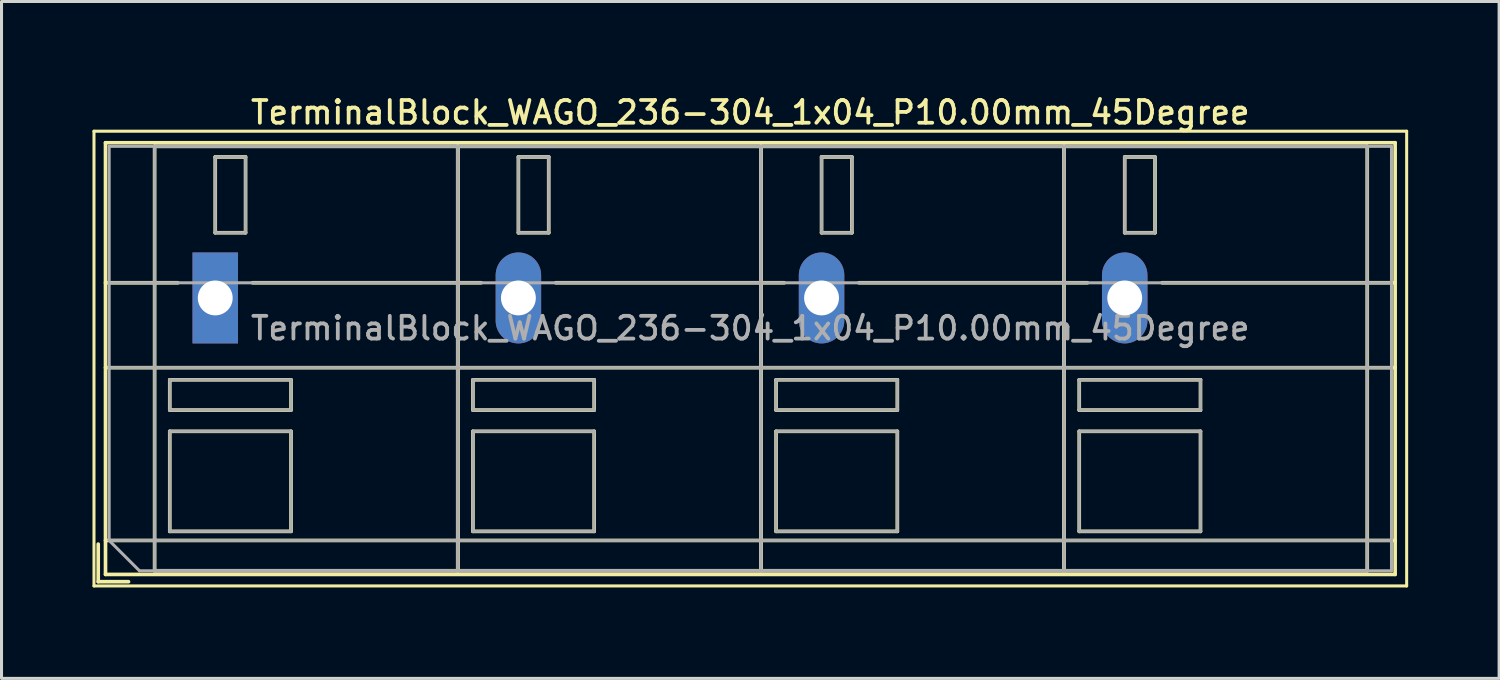
<source format=kicad_pcb>
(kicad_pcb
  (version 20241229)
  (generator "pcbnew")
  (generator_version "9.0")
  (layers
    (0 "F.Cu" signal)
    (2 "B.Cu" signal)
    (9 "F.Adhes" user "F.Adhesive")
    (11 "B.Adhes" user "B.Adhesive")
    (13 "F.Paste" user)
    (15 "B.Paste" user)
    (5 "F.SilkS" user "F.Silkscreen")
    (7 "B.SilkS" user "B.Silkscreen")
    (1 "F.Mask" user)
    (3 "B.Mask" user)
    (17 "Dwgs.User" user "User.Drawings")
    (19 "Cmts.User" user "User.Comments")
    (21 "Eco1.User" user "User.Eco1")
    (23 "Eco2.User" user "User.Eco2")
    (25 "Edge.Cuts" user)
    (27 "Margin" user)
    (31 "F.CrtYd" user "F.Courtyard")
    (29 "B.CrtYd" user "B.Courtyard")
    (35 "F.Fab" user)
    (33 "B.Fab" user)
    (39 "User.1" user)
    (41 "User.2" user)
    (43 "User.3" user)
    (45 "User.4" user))
  (footprint "TerminalBlock_WAGO_236-304_1x04_P10.00mm_45Degree"
    (layer "F.Cu")
    (at 4.05 6.778)
    (property "Reference" "TerminalBlock_WAGO_236-304_1x04_P10.00mm_45Degree" (at 17.65 -6.12 0) (layer "F.SilkS") (effects (font (size 0.75 0.75) (thickness 0.125))))
    (attr through_hole)
    (fp_line (start -4 -5.5) (end -4 9.5) (stroke (width 0.1) (type solid)) (layer "F.SilkS"))
    (fp_line (start -4 9.5) (end 39.3 9.5) (stroke (width 0.1) (type solid)) (layer "F.SilkS"))
    (fp_line (start -3.86 8.12) (end -3.86 9.36) (stroke (width 0.12) (type solid)) (layer "F.SilkS"))
    (fp_line (start -3.86 9.36) (end -2.86 9.36) (stroke (width 0.12) (type solid)) (layer "F.SilkS"))
    (fp_line (start -3.62 -5.12) (end -3.62 9.12) (stroke (width 0.12) (type solid)) (layer "F.SilkS"))
    (fp_line (start -3.62 -5.12) (end 38.92 -5.12) (stroke (width 0.12) (type solid)) (layer "F.SilkS"))
    (fp_line (start -3.62 -0.5) (end -1.23 -0.5) (stroke (width 0.12) (type solid)) (layer "F.SilkS"))
    (fp_line (start -3.62 2.3) (end 38.92 2.3) (stroke (width 0.12) (type solid)) (layer "F.SilkS"))
    (fp_line (start -3.62 8) (end 38.92 8) (stroke (width 0.12) (type solid)) (layer "F.SilkS"))
    (fp_line (start -3.62 9.12) (end 38.92 9.12) (stroke (width 0.12) (type solid)) (layer "F.SilkS"))
    (fp_line (start -2 -5) (end -2 9) (stroke (width 0.12) (type solid)) (layer "F.SilkS"))
    (fp_line (start -2 -5) (end 8 -5) (stroke (width 0.12) (type solid)) (layer "F.SilkS"))
    (fp_line (start -2 9) (end 8 9) (stroke (width 0.12) (type solid)) (layer "F.SilkS"))
    (fp_line (start -1.5 2.7) (end -1.5 3.7) (stroke (width 0.12) (type solid)) (layer "F.SilkS"))
    (fp_line (start -1.5 2.7) (end 2.5 2.7) (stroke (width 0.12) (type solid)) (layer "F.SilkS"))
    (fp_line (start -1.5 3.7) (end 2.5 3.7) (stroke (width 0.12) (type solid)) (layer "F.SilkS"))
    (fp_line (start -1.5 4.4) (end -1.5 7.7) (stroke (width 0.12) (type solid)) (layer "F.SilkS"))
    (fp_line (start -1.5 4.4) (end 2.5 4.4) (stroke (width 0.12) (type solid)) (layer "F.SilkS"))
    (fp_line (start -1.5 7.7) (end 2.5 7.7) (stroke (width 0.12) (type solid)) (layer "F.SilkS"))
    (fp_line (start 0 -4.65) (end 0 -2.151) (stroke (width 0.12) (type solid)) (layer "F.SilkS"))
    (fp_line (start 0 -4.65) (end 1 -4.65) (stroke (width 0.12) (type solid)) (layer "F.SilkS"))
    (fp_line (start 0 -2.151) (end 1 -2.151) (stroke (width 0.12) (type solid)) (layer "F.SilkS"))
    (fp_line (start 1 -4.65) (end 1 -2.151) (stroke (width 0.12) (type solid)) (layer "F.SilkS"))
    (fp_line (start 1.23 -0.5) (end 8.77 -0.5) (stroke (width 0.12) (type solid)) (layer "F.SilkS"))
    (fp_line (start 2.5 2.7) (end 2.5 3.7) (stroke (width 0.12) (type solid)) (layer "F.SilkS"))
    (fp_line (start 2.5 4.4) (end 2.5 7.7) (stroke (width 0.12) (type solid)) (layer "F.SilkS"))
    (fp_line (start 8 -5) (end 8 9) (stroke (width 0.12) (type solid)) (layer "F.SilkS"))
    (fp_line (start 8 -5) (end 8 9) (stroke (width 0.12) (type solid)) (layer "F.SilkS"))
    (fp_line (start 8 -5) (end 18 -5) (stroke (width 0.12) (type solid)) (layer "F.SilkS"))
    (fp_line (start 8 9) (end 18 9) (stroke (width 0.12) (type solid)) (layer "F.SilkS"))
    (fp_line (start 8.5 2.7) (end 8.5 3.7) (stroke (width 0.12) (type solid)) (layer "F.SilkS"))
    (fp_line (start 8.5 2.7) (end 12.5 2.7) (stroke (width 0.12) (type solid)) (layer "F.SilkS"))
    (fp_line (start 8.5 3.7) (end 12.5 3.7) (stroke (width 0.12) (type solid)) (layer "F.SilkS"))
    (fp_line (start 8.5 4.4) (end 8.5 7.7) (stroke (width 0.12) (type solid)) (layer "F.SilkS"))
    (fp_line (start 8.5 4.4) (end 12.5 4.4) (stroke (width 0.12) (type solid)) (layer "F.SilkS"))
    (fp_line (start 8.5 7.7) (end 12.5 7.7) (stroke (width 0.12) (type solid)) (layer "F.SilkS"))
    (fp_line (start 10 -4.65) (end 10 -2.151) (stroke (width 0.12) (type solid)) (layer "F.SilkS"))
    (fp_line (start 10 -4.65) (end 11 -4.65) (stroke (width 0.12) (type solid)) (layer "F.SilkS"))
    (fp_line (start 10 -2.151) (end 11 -2.151) (stroke (width 0.12) (type solid)) (layer "F.SilkS"))
    (fp_line (start 11 -4.65) (end 11 -2.151) (stroke (width 0.12) (type solid)) (layer "F.SilkS"))
    (fp_line (start 11.23 -0.5) (end 18.77 -0.5) (stroke (width 0.12) (type solid)) (layer "F.SilkS"))
    (fp_line (start 12.5 2.7) (end 12.5 3.7) (stroke (width 0.12) (type solid)) (layer "F.SilkS"))
    (fp_line (start 12.5 4.4) (end 12.5 7.7) (stroke (width 0.12) (type solid)) (layer "F.SilkS"))
    (fp_line (start 18 -5) (end 18 9) (stroke (width 0.12) (type solid)) (layer "F.SilkS"))
    (fp_line (start 18 -5) (end 18 9) (stroke (width 0.12) (type solid)) (layer "F.SilkS"))
    (fp_line (start 18 -5) (end 28 -5) (stroke (width 0.12) (type solid)) (layer "F.SilkS"))
    (fp_line (start 18 9) (end 28 9) (stroke (width 0.12) (type solid)) (layer "F.SilkS"))
    (fp_line (start 18.5 2.7) (end 18.5 3.7) (stroke (width 0.12) (type solid)) (layer "F.SilkS"))
    (fp_line (start 18.5 2.7) (end 22.5 2.7) (stroke (width 0.12) (type solid)) (layer "F.SilkS"))
    (fp_line (start 18.5 3.7) (end 22.5 3.7) (stroke (width 0.12) (type solid)) (layer "F.SilkS"))
    (fp_line (start 18.5 4.4) (end 18.5 7.7) (stroke (width 0.12) (type solid)) (layer "F.SilkS"))
    (fp_line (start 18.5 4.4) (end 22.5 4.4) (stroke (width 0.12) (type solid)) (layer "F.SilkS"))
    (fp_line (start 18.5 7.7) (end 22.5 7.7) (stroke (width 0.12) (type solid)) (layer "F.SilkS"))
    (fp_line (start 20 -4.65) (end 20 -2.151) (stroke (width 0.12) (type solid)) (layer "F.SilkS"))
    (fp_line (start 20 -4.65) (end 21 -4.65) (stroke (width 0.12) (type solid)) (layer "F.SilkS"))
    (fp_line (start 20 -2.151) (end 21 -2.151) (stroke (width 0.12) (type solid)) (layer "F.SilkS"))
    (fp_line (start 21 -4.65) (end 21 -2.151) (stroke (width 0.12) (type solid)) (layer "F.SilkS"))
    (fp_line (start 21.23 -0.5) (end 28.77 -0.5) (stroke (width 0.12) (type solid)) (layer "F.SilkS"))
    (fp_line (start 22.5 2.7) (end 22.5 3.7) (stroke (width 0.12) (type solid)) (layer "F.SilkS"))
    (fp_line (start 22.5 4.4) (end 22.5 7.7) (stroke (width 0.12) (type solid)) (layer "F.SilkS"))
    (fp_line (start 28 -5) (end 28 9) (stroke (width 0.12) (type solid)) (layer "F.SilkS"))
    (fp_line (start 28 -5) (end 28 9) (stroke (width 0.12) (type solid)) (layer "F.SilkS"))
    (fp_line (start 28 -5) (end 38 -5) (stroke (width 0.12) (type solid)) (layer "F.SilkS"))
    (fp_line (start 28 9) (end 38 9) (stroke (width 0.12) (type solid)) (layer "F.SilkS"))
    (fp_line (start 28.5 2.7) (end 28.5 3.7) (stroke (width 0.12) (type solid)) (layer "F.SilkS"))
    (fp_line (start 28.5 2.7) (end 32.5 2.7) (stroke (width 0.12) (type solid)) (layer "F.SilkS"))
    (fp_line (start 28.5 3.7) (end 32.5 3.7) (stroke (width 0.12) (type solid)) (layer "F.SilkS"))
    (fp_line (start 28.5 4.4) (end 28.5 7.7) (stroke (width 0.12) (type solid)) (layer "F.SilkS"))
    (fp_line (start 28.5 4.4) (end 32.5 4.4) (stroke (width 0.12) (type solid)) (layer "F.SilkS"))
    (fp_line (start 28.5 7.7) (end 32.5 7.7) (stroke (width 0.12) (type solid)) (layer "F.SilkS"))
    (fp_line (start 30 -4.65) (end 30 -2.151) (stroke (width 0.12) (type solid)) (layer "F.SilkS"))
    (fp_line (start 30 -4.65) (end 31 -4.65) (stroke (width 0.12) (type solid)) (layer "F.SilkS"))
    (fp_line (start 30 -2.151) (end 31 -2.151) (stroke (width 0.12) (type solid)) (layer "F.SilkS"))
    (fp_line (start 31 -4.65) (end 31 -2.151) (stroke (width 0.12) (type solid)) (layer "F.SilkS"))
    (fp_line (start 31.23 -0.5) (end 38.92 -0.5) (stroke (width 0.12) (type solid)) (layer "F.SilkS"))
    (fp_line (start 32.5 2.7) (end 32.5 3.7) (stroke (width 0.12) (type solid)) (layer "F.SilkS"))
    (fp_line (start 32.5 4.4) (end 32.5 7.7) (stroke (width 0.12) (type solid)) (layer "F.SilkS"))
    (fp_line (start 38 -5) (end 38 9) (stroke (width 0.12) (type solid)) (layer "F.SilkS"))
    (fp_line (start 38.92 -5.12) (end 38.92 9.12) (stroke (width 0.12) (type solid)) (layer "F.SilkS"))
    (fp_line (start 39.3 -5.5) (end -4 -5.5) (stroke (width 0.1) (type solid)) (layer "F.SilkS"))
    (fp_line (start 39.3 9.5) (end 39.3 -5.5) (stroke (width 0.1) (type solid)) (layer "F.SilkS"))
    (fp_line (start -3.5 -5) (end 38.8 -5) (stroke (width 0.1) (type solid)) (layer "F.Fab"))
    (fp_line (start -3.5 -0.5) (end 38.8 -0.5) (stroke (width 0.1) (type solid)) (layer "F.Fab"))
    (fp_line (start -3.5 2.3) (end 38.8 2.3) (stroke (width 0.1) (type solid)) (layer "F.Fab"))
    (fp_line (start -3.5 8) (end -3.5 -5) (stroke (width 0.1) (type solid)) (layer "F.Fab"))
    (fp_line (start -3.5 8) (end 38.8 8) (stroke (width 0.1) (type solid)) (layer "F.Fab"))
    (fp_line (start -2.5 9) (end -3.5 8) (stroke (width 0.1) (type solid)) (layer "F.Fab"))
    (fp_line (start -2 -5) (end -2 9) (stroke (width 0.1) (type solid)) (layer "F.Fab"))
    (fp_line (start -2 9) (end 8 9) (stroke (width 0.1) (type solid)) (layer "F.Fab"))
    (fp_line (start -1.5 2.7) (end -1.5 3.7) (stroke (width 0.1) (type solid)) (layer "F.Fab"))
    (fp_line (start -1.5 3.7) (end 2.5 3.7) (stroke (width 0.1) (type solid)) (layer "F.Fab"))
    (fp_line (start -1.5 4.4) (end -1.5 7.7) (stroke (width 0.1) (type solid)) (layer "F.Fab"))
    (fp_line (start -1.5 7.7) (end 2.5 7.7) (stroke (width 0.1) (type solid)) (layer "F.Fab"))
    (fp_line (start 0 -4.65) (end 0 -2.15) (stroke (width 0.1) (type solid)) (layer "F.Fab"))
    (fp_line (start 0 -2.15) (end 1 -2.15) (stroke (width 0.1) (type solid)) (layer "F.Fab"))
    (fp_line (start 1 -4.65) (end 0 -4.65) (stroke (width 0.1) (type solid)) (layer "F.Fab"))
    (fp_line (start 1 -2.15) (end 1 -4.65) (stroke (width 0.1) (type solid)) (layer "F.Fab"))
    (fp_line (start 2.5 2.7) (end -1.5 2.7) (stroke (width 0.1) (type solid)) (layer "F.Fab"))
    (fp_line (start 2.5 3.7) (end 2.5 2.7) (stroke (width 0.1) (type solid)) (layer "F.Fab"))
    (fp_line (start 2.5 4.4) (end -1.5 4.4) (stroke (width 0.1) (type solid)) (layer "F.Fab"))
    (fp_line (start 2.5 7.7) (end 2.5 4.4) (stroke (width 0.1) (type solid)) (layer "F.Fab"))
    (fp_line (start 8 -5) (end -2 -5) (stroke (width 0.1) (type solid)) (layer "F.Fab"))
    (fp_line (start 8 -5) (end 8 9) (stroke (width 0.1) (type solid)) (layer "F.Fab"))
    (fp_line (start 8 9) (end 8 -5) (stroke (width 0.1) (type solid)) (layer "F.Fab"))
    (fp_line (start 8 9) (end 18 9) (stroke (width 0.1) (type solid)) (layer "F.Fab"))
    (fp_line (start 8.5 2.7) (end 8.5 3.7) (stroke (width 0.1) (type solid)) (layer "F.Fab"))
    (fp_line (start 8.5 3.7) (end 12.5 3.7) (stroke (width 0.1) (type solid)) (layer "F.Fab"))
    (fp_line (start 8.5 4.4) (end 8.5 7.7) (stroke (width 0.1) (type solid)) (layer "F.Fab"))
    (fp_line (start 8.5 7.7) (end 12.5 7.7) (stroke (width 0.1) (type solid)) (layer "F.Fab"))
    (fp_line (start 10 -4.65) (end 10 -2.15) (stroke (width 0.1) (type solid)) (layer "F.Fab"))
    (fp_line (start 10 -2.15) (end 11 -2.15) (stroke (width 0.1) (type solid)) (layer "F.Fab"))
    (fp_line (start 11 -4.65) (end 10 -4.65) (stroke (width 0.1) (type solid)) (layer "F.Fab"))
    (fp_line (start 11 -2.15) (end 11 -4.65) (stroke (width 0.1) (type solid)) (layer "F.Fab"))
    (fp_line (start 12.5 2.7) (end 8.5 2.7) (stroke (width 0.1) (type solid)) (layer "F.Fab"))
    (fp_line (start 12.5 3.7) (end 12.5 2.7) (stroke (width 0.1) (type solid)) (layer "F.Fab"))
    (fp_line (start 12.5 4.4) (end 8.5 4.4) (stroke (width 0.1) (type solid)) (layer "F.Fab"))
    (fp_line (start 12.5 7.7) (end 12.5 4.4) (stroke (width 0.1) (type solid)) (layer "F.Fab"))
    (fp_line (start 18 -5) (end 8 -5) (stroke (width 0.1) (type solid)) (layer "F.Fab"))
    (fp_line (start 18 -5) (end 18 9) (stroke (width 0.1) (type solid)) (layer "F.Fab"))
    (fp_line (start 18 9) (end 18 -5) (stroke (width 0.1) (type solid)) (layer "F.Fab"))
    (fp_line (start 18 9) (end 28 9) (stroke (width 0.1) (type solid)) (layer "F.Fab"))
    (fp_line (start 18.5 2.7) (end 18.5 3.7) (stroke (width 0.1) (type solid)) (layer "F.Fab"))
    (fp_line (start 18.5 3.7) (end 22.5 3.7) (stroke (width 0.1) (type solid)) (layer "F.Fab"))
    (fp_line (start 18.5 4.4) (end 18.5 7.7) (stroke (width 0.1) (type solid)) (layer "F.Fab"))
    (fp_line (start 18.5 7.7) (end 22.5 7.7) (stroke (width 0.1) (type solid)) (layer "F.Fab"))
    (fp_line (start 20 -4.65) (end 20 -2.15) (stroke (width 0.1) (type solid)) (layer "F.Fab"))
    (fp_line (start 20 -2.15) (end 21 -2.15) (stroke (width 0.1) (type solid)) (layer "F.Fab"))
    (fp_line (start 21 -4.65) (end 20 -4.65) (stroke (width 0.1) (type solid)) (layer "F.Fab"))
    (fp_line (start 21 -2.15) (end 21 -4.65) (stroke (width 0.1) (type solid)) (layer "F.Fab"))
    (fp_line (start 22.5 2.7) (end 18.5 2.7) (stroke (width 0.1) (type solid)) (layer "F.Fab"))
    (fp_line (start 22.5 3.7) (end 22.5 2.7) (stroke (width 0.1) (type solid)) (layer "F.Fab"))
    (fp_line (start 22.5 4.4) (end 18.5 4.4) (stroke (width 0.1) (type solid)) (layer "F.Fab"))
    (fp_line (start 22.5 7.7) (end 22.5 4.4) (stroke (width 0.1) (type solid)) (layer "F.Fab"))
    (fp_line (start 28 -5) (end 18 -5) (stroke (width 0.1) (type solid)) (layer "F.Fab"))
    (fp_line (start 28 -5) (end 28 9) (stroke (width 0.1) (type solid)) (layer "F.Fab"))
    (fp_line (start 28 9) (end 28 -5) (stroke (width 0.1) (type solid)) (layer "F.Fab"))
    (fp_line (start 28 9) (end 38 9) (stroke (width 0.1) (type solid)) (layer "F.Fab"))
    (fp_line (start 28.5 2.7) (end 28.5 3.7) (stroke (width 0.1) (type solid)) (layer "F.Fab"))
    (fp_line (start 28.5 3.7) (end 32.5 3.7) (stroke (width 0.1) (type solid)) (layer "F.Fab"))
    (fp_line (start 28.5 4.4) (end 28.5 7.7) (stroke (width 0.1) (type solid)) (layer "F.Fab"))
    (fp_line (start 28.5 7.7) (end 32.5 7.7) (stroke (width 0.1) (type solid)) (layer "F.Fab"))
    (fp_line (start 30 -4.65) (end 30 -2.15) (stroke (width 0.1) (type solid)) (layer "F.Fab"))
    (fp_line (start 30 -2.15) (end 31 -2.15) (stroke (width 0.1) (type solid)) (layer "F.Fab"))
    (fp_line (start 31 -4.65) (end 30 -4.65) (stroke (width 0.1) (type solid)) (layer "F.Fab"))
    (fp_line (start 31 -2.15) (end 31 -4.65) (stroke (width 0.1) (type solid)) (layer "F.Fab"))
    (fp_line (start 32.5 2.7) (end 28.5 2.7) (stroke (width 0.1) (type solid)) (layer "F.Fab"))
    (fp_line (start 32.5 3.7) (end 32.5 2.7) (stroke (width 0.1) (type solid)) (layer "F.Fab"))
    (fp_line (start 32.5 4.4) (end 28.5 4.4) (stroke (width 0.1) (type solid)) (layer "F.Fab"))
    (fp_line (start 32.5 7.7) (end 32.5 4.4) (stroke (width 0.1) (type solid)) (layer "F.Fab"))
    (fp_line (start 38 -5) (end 28 -5) (stroke (width 0.1) (type solid)) (layer "F.Fab"))
    (fp_line (start 38 9) (end 38 -5) (stroke (width 0.1) (type solid)) (layer "F.Fab"))
    (fp_line (start 38.8 -5) (end 38.8 9) (stroke (width 0.1) (type solid)) (layer "F.Fab"))
    (fp_line (start 38.8 9) (end -2.5 9) (stroke (width 0.1) (type solid)) (layer "F.Fab"))
    (fp_text user "${REFERENCE}" (at 17.65 1 0) (layer "F.Fab") (effects (font (size 0.75 0.75) (thickness 0.125))))
    (pad "1" thru_hole rect (at 0 0) (size 1.5 3) (drill 1.15) (layers "*.Cu" "*.Mask"))
    (pad "2" thru_hole oval (at 10 0) (size 1.5 3) (drill 1.15) (layers "*.Cu" "*.Mask"))
    (pad "3" thru_hole oval (at 20 0) (size 1.5 3) (drill 1.15) (layers "*.Cu" "*.Mask"))
    (pad "4" thru_hole oval (at 30 0) (size 1.5 3) (drill 1.15) (layers "*.Cu" "*.Mask")))
  (gr_rect
    (start -3 -3)
    (end 46.4 19.328)
    (stroke (width 0.1) (type default))
    (fill no)
    (layer "Edge.Cuts")))
</source>
